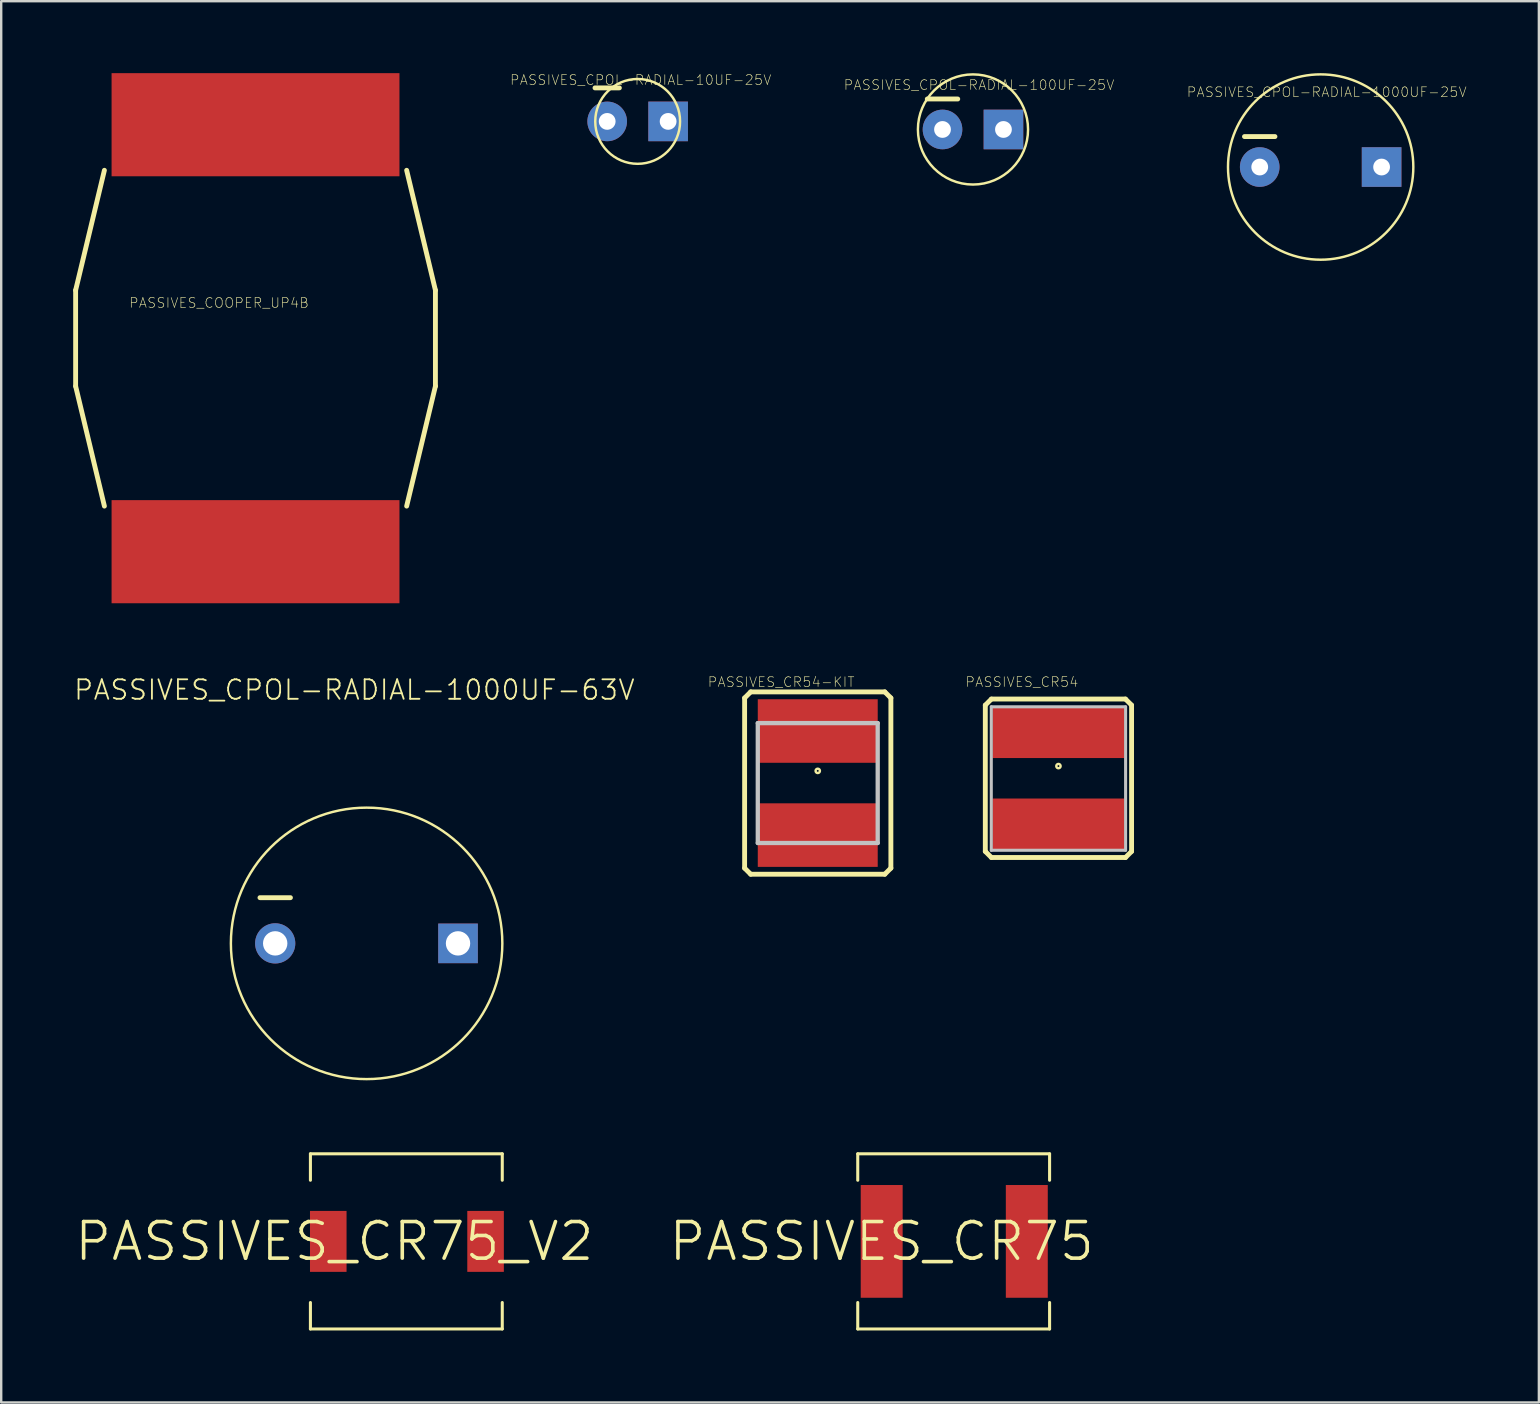
<source format=kicad_pcb>
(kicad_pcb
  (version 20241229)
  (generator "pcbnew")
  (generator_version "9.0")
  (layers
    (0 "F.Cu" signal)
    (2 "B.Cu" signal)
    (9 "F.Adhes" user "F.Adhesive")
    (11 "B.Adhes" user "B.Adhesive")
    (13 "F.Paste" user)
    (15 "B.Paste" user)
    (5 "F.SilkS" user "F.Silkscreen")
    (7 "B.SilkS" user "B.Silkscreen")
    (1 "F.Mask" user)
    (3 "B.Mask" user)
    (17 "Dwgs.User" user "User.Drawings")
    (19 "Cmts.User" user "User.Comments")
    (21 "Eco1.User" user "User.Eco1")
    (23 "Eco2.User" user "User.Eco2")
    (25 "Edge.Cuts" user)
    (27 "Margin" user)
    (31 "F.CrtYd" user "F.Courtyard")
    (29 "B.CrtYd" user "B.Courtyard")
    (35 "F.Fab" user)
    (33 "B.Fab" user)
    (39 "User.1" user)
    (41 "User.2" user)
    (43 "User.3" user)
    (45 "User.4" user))
  (footprint "PASSIVES_CR75_V2"
    (layer "F.Cu")
    (at 10.886 48.69)
    (property "Reference" "PASSIVES_CR75_V2" (at 0 0 0) (layer "F.SilkS") (effects (font (size 1.524 1.524) (thickness 0.15))))
    (attr smd)
    (fp_line (start -0.998 -3.65) (end -0.998 -2.548) (stroke (width 0.127) (type solid)) (layer "F.SilkS"))
    (fp_line (start -0.998 -3.65) (end 6.998 -3.65) (stroke (width 0.127) (type solid)) (layer "F.SilkS"))
    (fp_line (start -0.998 3.65) (end -0.998 2.548) (stroke (width 0.127) (type solid)) (layer "F.SilkS"))
    (fp_line (start -0.998 3.65) (end 6.998 3.65) (stroke (width 0.127) (type solid)) (layer "F.SilkS"))
    (fp_line (start 6.998 -3.65) (end 6.998 -2.548) (stroke (width 0.127) (type solid)) (layer "F.SilkS"))
    (fp_line (start 6.998 3.65) (end 6.998 2.548) (stroke (width 0.127) (type solid)) (layer "F.SilkS"))
    (pad "P$1" smd rect (at -0.254 0 90) (size 2.54 1.524) (layers "F.Cu" "F.Mask" "F.Paste"))
    (pad "P$2" smd rect (at 6.302 0 90) (size 2.54 1.524) (layers "F.Cu" "F.Mask" "F.Paste")))
  (footprint "PASSIVES_CR54-KIT"
    (layer "F.Cu")
    (at 31.033 29.587)
    (property "Reference" "PASSIVES_CR54-KIT" (at -1.524 -4.211 0) (layer "F.SilkS") (effects (font (size 0.406 0.406) (thickness 0.025))))
    (attr smd)
    (fp_line (start -3.048 -3.546) (end -3.048 3.546) (stroke (width 0.203) (type solid)) (layer "F.SilkS"))
    (fp_line (start -3.048 3.546) (end -2.794 3.8) (stroke (width 0.203) (type solid)) (layer "F.SilkS"))
    (fp_line (start -2.794 -3.8) (end -3.048 -3.546) (stroke (width 0.203) (type solid)) (layer "F.SilkS"))
    (fp_line (start -2.794 3.8) (end 2.794 3.8) (stroke (width 0.203) (type solid)) (layer "F.SilkS"))
    (fp_line (start 2.794 -3.8) (end -2.794 -3.8) (stroke (width 0.203) (type solid)) (layer "F.SilkS"))
    (fp_line (start 2.794 3.8) (end 3.048 3.546) (stroke (width 0.203) (type solid)) (layer "F.SilkS"))
    (fp_line (start 3.048 -3.546) (end 2.794 -3.8) (stroke (width 0.203) (type solid)) (layer "F.SilkS"))
    (fp_line (start 3.048 3.546) (end 3.048 -3.546) (stroke (width 0.203) (type solid)) (layer "F.SilkS"))
    (fp_circle (center 0 -0.508) (end -0.064 -0.572) (stroke (width 0.102) (type solid)) (fill no) (layer "F.SilkS"))
    (fp_line (start -2.499 -2.499) (end 2.499 -2.499) (stroke (width 0.178) (type solid)) (layer "Dwgs.User"))
    (fp_line (start -2.499 2.499) (end -2.499 -2.499) (stroke (width 0.178) (type solid)) (layer "Dwgs.User"))
    (fp_line (start 2.499 -2.499) (end 2.499 2.499) (stroke (width 0.178) (type solid)) (layer "Dwgs.User"))
    (fp_line (start 2.499 2.499) (end -2.499 2.499) (stroke (width 0.178) (type solid)) (layer "Dwgs.User"))
    (pad "P$1" smd rect (at 0 -2.169) (size 4.999 2.649) (layers "F.Cu" "F.Mask" "F.Paste"))
    (pad "P$2" smd rect (at 0 2.169) (size 4.999 2.649) (layers "F.Cu" "F.Mask" "F.Paste")))
  (footprint "PASSIVES_CR75"
    (layer "F.Cu")
    (at 33.698 48.69)
    (property "Reference" "PASSIVES_CR75" (at 0 0 0) (layer "F.SilkS") (effects (font (size 1.524 1.524) (thickness 0.15))))
    (attr smd)
    (fp_line (start -0.998 -3.65) (end -0.998 -2.548) (stroke (width 0.127) (type solid)) (layer "F.SilkS"))
    (fp_line (start -0.998 -3.65) (end 6.998 -3.65) (stroke (width 0.127) (type solid)) (layer "F.SilkS"))
    (fp_line (start -0.998 3.65) (end -0.998 2.548) (stroke (width 0.127) (type solid)) (layer "F.SilkS"))
    (fp_line (start -0.998 3.65) (end 6.998 3.65) (stroke (width 0.127) (type solid)) (layer "F.SilkS"))
    (fp_line (start 6.998 -3.65) (end 6.998 -2.548) (stroke (width 0.127) (type solid)) (layer "F.SilkS"))
    (fp_line (start 6.998 3.65) (end 6.998 2.548) (stroke (width 0.127) (type solid)) (layer "F.SilkS"))
    (pad "P$1" smd rect (at 0 0 90) (size 4.699 1.748) (layers "F.Cu" "F.Mask" "F.Paste"))
    (pad "P$2" smd rect (at 6.048 0 90) (size 4.699 1.748) (layers "F.Cu" "F.Mask" "F.Paste")))
  (footprint "PASSIVES_CPOL-RADIAL-100UF-25V"
    (layer "F.Cu")
    (at 37.503 2.346)
    (property "Reference" "PASSIVES_CPOL-RADIAL-100UF-25V" (at 0.254 -1.854 0) (layer "F.SilkS") (effects (font (size 0.406 0.406) (thickness 0.025))))
    (attr exclude_from_pos_files exclude_from_bom)
    (fp_line (start -0.635 -1.27) (end -1.905 -1.27) (stroke (width 0.203) (type solid)) (layer "F.SilkS"))
    (fp_circle (center 0 0) (end -1.623 1.623) (stroke (width 0.102) (type solid)) (fill no) (layer "F.SilkS"))
    (pad "1" thru_hole rect (at 1.27 0) (size 1.651 1.651) (drill 0.699) (layers "*.Cu" "*.Paste" "*.Mask"))
    (pad "2" thru_hole circle (at -1.27 0) (size 1.651 1.651) (drill 0.699) (layers "*.Cu" "*.Paste" "*.Mask")))
  (footprint "PASSIVES_CPOL-RADIAL-10UF-25V"
    (layer "F.Cu")
    (at 23.527 2.01)
    (property "Reference" "PASSIVES_CPOL-RADIAL-10UF-25V" (at 0.127 -1.727 0) (layer "F.SilkS") (effects (font (size 0.406 0.406) (thickness 0.025))))
    (attr exclude_from_pos_files exclude_from_bom)
    (fp_line (start -0.762 -1.397) (end -1.778 -1.397) (stroke (width 0.203) (type solid)) (layer "F.SilkS"))
    (fp_circle (center 0 0) (end -1.25 1.25) (stroke (width 0.102) (type solid)) (fill no) (layer "F.SilkS"))
    (pad "1" thru_hole rect (at 1.27 0) (size 1.651 1.651) (drill 0.699) (layers "*.Cu" "*.Paste" "*.Mask"))
    (pad "2" thru_hole circle (at -1.27 0) (size 1.651 1.651) (drill 0.699) (layers "*.Cu" "*.Paste" "*.Mask")))
  (footprint "PASSIVES_COOPER_UP4B"
    (layer "F.Cu")
    (at 7.6 11.046)
    (property "Reference" "PASSIVES_COOPER_UP4B" (at -1.524 -1.473 0) (layer "F.SilkS") (effects (font (size 0.406 0.406) (thickness 0.025))))
    (attr smd)
    (fp_line (start -7.498 -1.999) (end -7.498 1.999) (stroke (width 0.203) (type solid)) (layer "F.SilkS"))
    (fp_line (start -7.498 1.999) (end -6.299 6.998) (stroke (width 0.203) (type solid)) (layer "F.SilkS"))
    (fp_line (start -6.299 -6.998) (end -7.498 -1.999) (stroke (width 0.203) (type solid)) (layer "F.SilkS"))
    (fp_line (start 7.498 -1.999) (end 6.299 -6.998) (stroke (width 0.203) (type solid)) (layer "F.SilkS"))
    (fp_line (start 7.498 -1.999) (end 7.498 1.999) (stroke (width 0.203) (type solid)) (layer "F.SilkS"))
    (fp_line (start 7.498 1.999) (end 6.299 6.998) (stroke (width 0.203) (type solid)) (layer "F.SilkS"))
    (pad "1" smd rect (at 0 -8.898) (size 11.999 4.298) (layers "F.Cu" "F.Mask" "F.Paste"))
    (pad "2" smd rect (at 0 8.898) (size 11.999 4.298) (layers "F.Cu" "F.Mask" "F.Paste")))
  (footprint "PASSIVES_CPOL-RADIAL-1000UF-25V"
    (layer "F.Cu")
    (at 51.994 3.912)
    (property "Reference" "PASSIVES_CPOL-RADIAL-1000UF-25V" (at 0.254 -3.124 0) (layer "F.SilkS") (effects (font (size 0.406 0.406) (thickness 0.025))))
    (attr exclude_from_pos_files exclude_from_bom)
    (fp_line (start -1.905 -1.27) (end -3.175 -1.27) (stroke (width 0.203) (type solid)) (layer "F.SilkS"))
    (fp_circle (center 0 0) (end -2.731 2.731) (stroke (width 0.102) (type solid)) (fill no) (layer "F.SilkS"))
    (pad "1" thru_hole rect (at 2.54 0) (size 1.651 1.651) (drill 0.699) (layers "*.Cu" "*.Paste" "*.Mask"))
    (pad "2" thru_hole circle (at -2.54 0) (size 1.651 1.651) (drill 0.699) (layers "*.Cu" "*.Paste" "*.Mask")))
  (footprint "PASSIVES_CR54"
    (layer "F.Cu")
    (at 41.065 29.388)
    (property "Reference" "PASSIVES_CR54" (at -1.524 -4.013 0) (layer "F.SilkS") (effects (font (size 0.406 0.406) (thickness 0.025))))
    (attr smd)
    (fp_line (start -3.048 -3.048) (end -3.048 3.048) (stroke (width 0.203) (type solid)) (layer "F.SilkS"))
    (fp_line (start -3.048 3.048) (end -2.794 3.302) (stroke (width 0.203) (type solid)) (layer "F.SilkS"))
    (fp_line (start -2.794 -3.302) (end -3.048 -3.048) (stroke (width 0.203) (type solid)) (layer "F.SilkS"))
    (fp_line (start -2.794 3.302) (end 2.794 3.302) (stroke (width 0.203) (type solid)) (layer "F.SilkS"))
    (fp_line (start 2.794 -3.302) (end -2.794 -3.302) (stroke (width 0.203) (type solid)) (layer "F.SilkS"))
    (fp_line (start 2.794 3.302) (end 3.048 3.048) (stroke (width 0.203) (type solid)) (layer "F.SilkS"))
    (fp_line (start 3.048 -3.048) (end 2.794 -3.302) (stroke (width 0.203) (type solid)) (layer "F.SilkS"))
    (fp_line (start 3.048 3.048) (end 3.048 -3.048) (stroke (width 0.203) (type solid)) (layer "F.SilkS"))
    (fp_circle (center 0 -0.508) (end -0.064 -0.572) (stroke (width 0.102) (type solid)) (fill no) (layer "F.SilkS"))
    (fp_line (start -2.799 -2.979) (end -2.799 3) (stroke (width 0.127) (type solid)) (layer "Dwgs.User"))
    (fp_line (start -2.799 3) (end 2.799 3) (stroke (width 0.127) (type solid)) (layer "Dwgs.User"))
    (fp_line (start 2.799 -2.979) (end -2.799 -2.979) (stroke (width 0.127) (type solid)) (layer "Dwgs.User"))
    (fp_line (start 2.799 3) (end 2.799 -2.979) (stroke (width 0.127) (type solid)) (layer "Dwgs.User"))
    (pad "P$1" smd rect (at 0 -1.918) (size 5.499 2.149) (layers "F.Cu" "F.Mask" "F.Paste"))
    (pad "P$2" smd rect (at 0 1.918) (size 5.499 2.149) (layers "F.Cu" "F.Mask" "F.Paste")))
  (footprint "PASSIVES_CPOL-RADIAL-1000UF-63V"
    (layer "F.Cu")
    (at 12.23 36.269)
    (property "Reference" "PASSIVES_CPOL-RADIAL-1000UF-63V" (at -0.508 -10.566 0) (layer "F.SilkS") (effects (font (size 0.813 0.813) (thickness 0.076))))
    (attr exclude_from_pos_files exclude_from_bom)
    (fp_line (start -3.175 -1.905) (end -4.445 -1.905) (stroke (width 0.203) (type solid)) (layer "F.SilkS"))
    (fp_circle (center 0 0) (end -4 4) (stroke (width 0.102) (type solid)) (fill no) (layer "F.SilkS"))
    (pad "1" thru_hole rect (at 3.81 0) (size 1.651 1.651) (drill 1.016) (layers "*.Cu" "*.Paste" "*.Mask"))
    (pad "2" thru_hole circle (at -3.81 0) (size 1.676 1.676) (drill 1.016) (layers "*.Cu" "*.Paste" "*.Mask")))
  (gr_rect
    (start -3 -3)
    (end 61.089 55.404)
    (stroke (width 0.1) (type default))
    (fill no)
    (layer "Edge.Cuts")))
</source>
